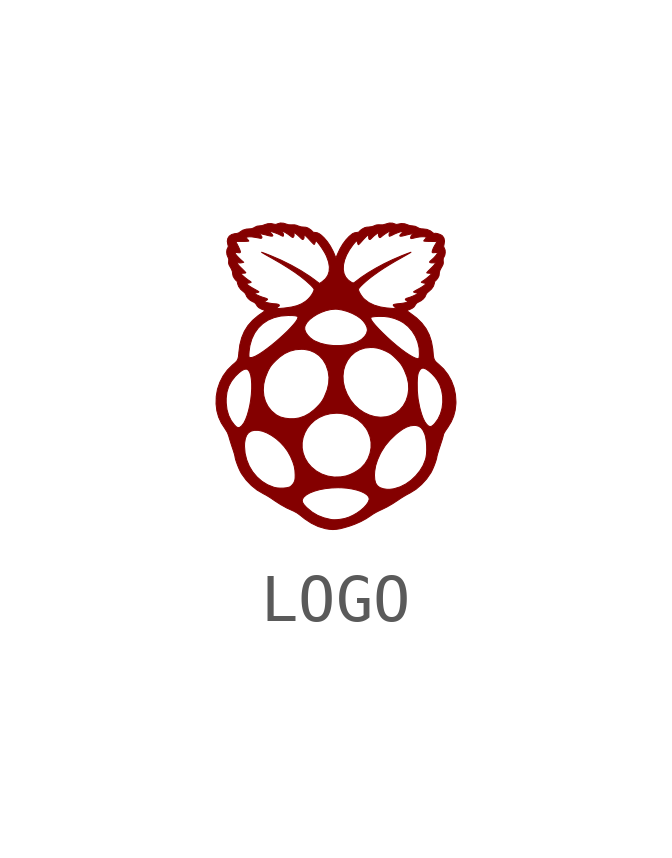
<source format=kicad_sym>
(kicad_symbol_lib
  (version 20210619)
  (generator bitmap2component)
  (symbol "LOGO"
    (pin_names
      (offset 1.016))
    (property "Reference" "#G"
      (at 0 2.557 0)
      (effects (font (size 1.27 1.27)) hide))
    (symbol "LOGO_0_0"
      (polyline (pts (xy 0.016 -3.186) (xy 0.097 -3.173) (xy 0.189 -3.149) (xy 0.299 -3.116) (xy 0.398 -3.08) (xy 0.522 -3.026) (xy 0.634 -2.965) (xy 0.73 -2.902) (xy 0.732 -2.9) (xy 0.789 -2.862) (xy 0.856 -2.824) (xy 0.916 -2.794) (xy 0.952 -2.778) (xy 1.068 -2.721) (xy 1.184 -2.654) (xy 1.309 -2.572) (xy 1.345 -2.547) (xy 1.409 -2.507) (xy 1.47 -2.471) (xy 1.522 -2.443) (xy 1.544 -2.432) (xy 1.671 -2.353) (xy 1.788 -2.253) (xy 1.893 -2.138) (xy 1.981 -2.011) (xy 1.993 -1.989) (xy 2.018 -1.937) (xy 2.044 -1.877) (xy 2.068 -1.814) (xy 2.088 -1.755) (xy 2.102 -1.706) (xy 2.107 -1.674) (xy 2.11 -1.661) (xy 2.119 -1.626) (xy 2.134 -1.576) (xy 2.153 -1.514) (xy 2.176 -1.445) (xy 2.193 -1.392) (xy 2.214 -1.328) (xy 2.23 -1.274) (xy 2.24 -1.235) (xy 2.244 -1.216) (xy 2.245 -1.21) (xy 2.257 -1.184) (xy 2.279 -1.146) (xy 2.308 -1.103) (xy 2.334 -1.066) (xy 2.406 -0.948) (xy 2.456 -0.83) (xy 2.488 -0.707) (xy 2.503 -0.573) (xy 2.504 -0.536) (xy 2.494 -0.384) (xy 2.463 -0.236) (xy 2.41 -0.095) (xy 2.337 0.035) (xy 2.247 0.152) (xy 2.139 0.253) (xy 2.122 0.267) (xy 2.085 0.301) (xy 2.06 0.334) (xy 2.044 0.373) (xy 2.034 0.424) (xy 2.028 0.493) (xy 2.022 0.565) (xy 1.994 0.721) (xy 1.948 0.862) (xy 1.882 0.99) (xy 1.794 1.107) (xy 1.685 1.214) (xy 1.553 1.313) (xy 1.536 1.325) (xy 1.503 1.349) (xy 1.485 1.365) (xy 1.484 1.372) (xy 1.497 1.374) (xy 1.529 1.385) (xy 1.567 1.402) (xy 1.595 1.416) (xy 1.632 1.444) (xy 1.657 1.481) (xy 1.667 1.498) (xy 1.695 1.529) (xy 1.738 1.551) (xy 1.776 1.571) (xy 1.823 1.608) (xy 1.859 1.651) (xy 1.878 1.694) (xy 1.88 1.699) (xy 1.899 1.73) (xy 1.932 1.76) (xy 1.939 1.765) (xy 1.995 1.816) (xy 2.035 1.874) (xy 2.054 1.932) (xy 2.056 1.944) (xy 2.063 1.972) (xy 2.071 1.983) (xy 2.078 1.986) (xy 2.096 2.005) (xy 2.12 2.034) (xy 2.128 2.046) (xy 2.151 2.091) (xy 2.157 2.139) (xy 2.159 2.165) (xy 2.173 2.211) (xy 2.202 2.265) (xy 2.221 2.298) (xy 2.236 2.331) (xy 2.241 2.36) (xy 2.239 2.394) (xy 2.237 2.415) (xy 2.24 2.454) (xy 2.257 2.488) (xy 2.273 2.523) (xy 2.281 2.575) (xy 2.278 2.626) (xy 2.262 2.667) (xy 2.262 2.667) (xy 2.25 2.689) (xy 2.249 2.713) (xy 2.257 2.75) (xy 2.266 2.814) (xy 2.255 2.873) (xy 2.223 2.921) (xy 2.199 2.938) (xy 2.16 2.956) (xy 2.117 2.97) (xy 2.08 2.976) (xy 2.056 2.973) (xy 2.053 2.972) (xy 2.034 2.978) (xy 2.01 2.997) (xy 1.971 3.027) (xy 1.899 3.057) (xy 1.815 3.067) (xy 1.785 3.068) (xy 1.741 3.078) (xy 1.701 3.099) (xy 1.656 3.121) (xy 1.597 3.13) (xy 1.594 3.13) (xy 1.54 3.137) (xy 1.49 3.155) (xy 1.439 3.173) (xy 1.368 3.179) (xy 1.3 3.166) (xy 1.293 3.164) (xy 1.259 3.16) (xy 1.224 3.173) (xy 1.184 3.187) (xy 1.117 3.189) (xy 1.045 3.169) (xy 1.039 3.167) (xy 0.985 3.152) (xy 0.922 3.152) (xy 0.886 3.153) (xy 0.843 3.148) (xy 0.801 3.131) (xy 0.758 3.115) (xy 0.682 3.105) (xy 0.647 3.103) (xy 0.603 3.092) (xy 0.557 3.067) (xy 0.533 3.051) (xy 0.505 3.028) (xy 0.491 3.011) (xy 0.475 2.998) (xy 0.438 2.993) (xy 0.438 2.993) (xy 0.395 2.986) (xy 0.355 2.97) (xy 0.346 2.964) (xy 0.28 2.91) (xy 0.213 2.838) (xy 0.149 2.752) (xy 0.092 2.656) (xy 0.045 2.557) (xy 0.005 2.461) (xy -0.03 2.549) (xy -0.055 2.605) (xy -0.11 2.708) (xy -0.173 2.802) (xy -0.239 2.88) (xy -0.241 2.882) (xy -0.296 2.934) (xy -0.343 2.968) (xy -0.385 2.987) (xy -0.427 2.993) (xy -0.464 2.997) (xy -0.482 3.011) (xy -0.489 3.021) (xy -0.512 3.043) (xy -0.546 3.067) (xy -0.579 3.087) (xy -0.62 3.101) (xy -0.67 3.105) (xy -0.72 3.109) (xy -0.788 3.131) (xy -0.816 3.143) (xy -0.857 3.152) (xy -0.909 3.152) (xy -0.917 3.151) (xy -0.978 3.153) (xy -1.033 3.169) (xy -1.082 3.185) (xy -1.15 3.19) (xy -1.211 3.173) (xy -1.218 3.169) (xy -1.252 3.16) (xy -1.287 3.166) (xy -1.342 3.178) (xy -1.413 3.175) (xy -1.478 3.155) (xy -1.48 3.154) (xy -1.531 3.136) (xy -1.585 3.13) (xy -1.636 3.124) (xy -1.688 3.099) (xy -1.71 3.086) (xy -1.751 3.071) (xy -1.803 3.067) (xy -1.858 3.063) (xy -1.934 3.04) (xy -1.995 3) (xy -2.022 2.982) (xy -2.068 2.97) (xy -2.099 2.968) (xy -2.165 2.95) (xy -2.215 2.916) (xy -2.245 2.869) (xy -2.256 2.811) (xy -2.245 2.744) (xy -2.236 2.714) (xy -2.237 2.69) (xy -2.249 2.667) (xy -2.263 2.635) (xy -2.269 2.585) (xy -2.267 2.572) (xy -2.095 2.572) (xy -2.092 2.574) (xy -2.072 2.576) (xy -2.039 2.573) (xy -2.024 2.571) (xy -1.997 2.57) (xy -1.985 2.576) (xy -1.983 2.591) (xy -1.983 2.596) (xy -1.992 2.624) (xy -2.009 2.665) (xy -2.031 2.711) (xy -2.08 2.806) (xy -1.944 2.806) (xy -1.897 2.806) (xy -1.851 2.808) (xy -1.82 2.811) (xy -1.808 2.814) (xy -1.808 2.816) (xy -1.819 2.833) (xy -1.841 2.857) (xy -1.873 2.891) (xy -1.825 2.9) (xy -1.798 2.903) (xy -1.746 2.901) (xy -1.69 2.893) (xy -1.642 2.885) (xy -1.598 2.877) (xy -1.568 2.871) (xy -1.547 2.871) (xy -1.534 2.884) (xy -1.538 2.908) (xy -1.562 2.94) (xy -1.59 2.97) (xy -1.54 2.961) (xy -1.51 2.954) (xy -1.46 2.943) (xy -1.409 2.929) (xy -1.354 2.917) (xy -1.32 2.916) (xy -1.307 2.926) (xy -1.317 2.948) (xy -1.348 2.981) (xy -1.359 2.992) (xy -1.374 3.01) (xy -1.374 3.018) (xy -1.363 3.016) (xy -1.327 3.007) (xy -1.281 2.992) (xy -1.231 2.974) (xy -1.185 2.955) (xy -1.151 2.938) (xy -1.133 2.928) (xy -1.106 2.916) (xy -1.092 2.915) (xy -1.09 2.917) (xy -1.085 2.94) (xy -1.09 2.97) (xy -1.103 2.993) (xy -1.114 3.003) (xy -1.122 3.019) (xy -1.121 3.022) (xy -1.105 3.02) (xy -1.075 3.006) (xy -1.037 2.985) (xy -0.995 2.958) (xy -0.954 2.928) (xy -0.95 2.925) (xy -0.918 2.9) (xy -0.898 2.889) (xy -0.886 2.89) (xy -0.876 2.901) (xy -0.866 2.923) (xy -0.866 2.959) (xy -0.869 2.978) (xy -0.864 2.987) (xy -0.846 2.979) (xy -0.845 2.978) (xy -0.822 2.962) (xy -0.789 2.934) (xy -0.752 2.9) (xy -0.729 2.877) (xy -0.703 2.854) (xy -0.687 2.845) (xy -0.677 2.848) (xy -0.667 2.86) (xy -0.658 2.878) (xy -0.657 2.915) (xy -0.66 2.929) (xy -0.657 2.939) (xy -0.64 2.933) (xy -0.633 2.928) (xy -0.608 2.905) (xy -0.575 2.872) (xy -0.538 2.832) (xy -0.518 2.81) (xy -0.485 2.776) (xy -0.461 2.752) (xy -0.448 2.743) (xy -0.447 2.743) (xy -0.437 2.755) (xy -0.428 2.781) (xy -0.428 2.781) (xy -0.42 2.807) (xy -0.411 2.818) (xy -0.408 2.817) (xy -0.39 2.803) (xy -0.364 2.772) (xy -0.332 2.73) (xy -0.296 2.68) (xy -0.262 2.627) (xy -0.23 2.575) (xy -0.205 2.528) (xy -0.188 2.491) (xy -0.148 2.379) (xy -0.131 2.276) (xy -0.134 2.224) (xy 0.159 2.224) (xy 0.163 2.317) (xy 0.186 2.418) (xy 0.227 2.523) (xy 0.287 2.631) (xy 0.364 2.74) (xy 0.372 2.75) (xy 0.402 2.785) (xy 0.424 2.809) (xy 0.436 2.818) (xy 0.437 2.818) (xy 0.446 2.807) (xy 0.455 2.781) (xy 0.463 2.753) (xy 0.472 2.738) (xy 0.475 2.739) (xy 0.491 2.751) (xy 0.517 2.778) (xy 0.549 2.814) (xy 0.557 2.824) (xy 0.594 2.864) (xy 0.627 2.898) (xy 0.651 2.92) (xy 0.686 2.945) (xy 0.686 2.902) (xy 0.689 2.865) (xy 0.701 2.846) (xy 0.722 2.849) (xy 0.751 2.876) (xy 0.763 2.889) (xy 0.802 2.925) (xy 0.843 2.956) (xy 0.897 2.994) (xy 0.891 2.959) (xy 0.89 2.933) (xy 0.902 2.9) (xy 0.912 2.888) (xy 0.923 2.885) (xy 0.941 2.895) (xy 0.971 2.92) (xy 1.001 2.943) (xy 1.04 2.97) (xy 1.079 2.994) (xy 1.113 3.012) (xy 1.138 3.022) (xy 1.147 3.02) (xy 1.144 3.011) (xy 1.129 2.993) (xy 1.127 2.991) (xy 1.113 2.967) (xy 1.11 2.937) (xy 1.117 2.914) (xy 1.127 2.915) (xy 1.154 2.925) (xy 1.189 2.942) (xy 1.226 2.961) (xy 1.275 2.981) (xy 1.327 3) (xy 1.371 3.013) (xy 1.401 3.018) (xy 1.403 3.016) (xy 1.395 3.002) (xy 1.374 2.979) (xy 1.373 2.977) (xy 1.343 2.944) (xy 1.334 2.923) (xy 1.345 2.914) (xy 1.379 2.916) (xy 1.434 2.929) (xy 1.475 2.94) (xy 1.526 2.952) (xy 1.565 2.961) (xy 1.615 2.97) (xy 1.587 2.94) (xy 1.57 2.918) (xy 1.559 2.888) (xy 1.565 2.866) (xy 1.565 2.866) (xy 1.58 2.866) (xy 1.613 2.872) (xy 1.655 2.882) (xy 1.688 2.89) (xy 1.75 2.9) (xy 1.806 2.904) (xy 1.852 2.903) (xy 1.88 2.895) (xy 1.884 2.892) (xy 1.884 2.878) (xy 1.864 2.856) (xy 1.861 2.853) (xy 1.841 2.831) (xy 1.833 2.816) (xy 1.842 2.812) (xy 1.871 2.809) (xy 1.915 2.807) (xy 1.97 2.806) (xy 2.018 2.805) (xy 2.064 2.804) (xy 2.096 2.801) (xy 2.107 2.798) (xy 2.107 2.797) (xy 2.099 2.781) (xy 2.082 2.755) (xy 2.078 2.749) (xy 2.053 2.707) (xy 2.03 2.661) (xy 2.014 2.619) (xy 2.008 2.589) (xy 2.008 2.584) (xy 2.013 2.573) (xy 2.029 2.57) (xy 2.064 2.573) (xy 2.081 2.575) (xy 2.109 2.576) (xy 2.12 2.573) (xy 2.119 2.569) (xy 2.107 2.542) (xy 2.081 2.507) (xy 2.046 2.468) (xy 2.007 2.432) (xy 1.976 2.405) (xy 1.958 2.386) (xy 1.955 2.374) (xy 1.964 2.366) (xy 1.968 2.364) (xy 1.997 2.359) (xy 2.034 2.36) (xy 2.045 2.362) (xy 2.069 2.363) (xy 2.075 2.357) (xy 2.068 2.34) (xy 2.064 2.334) (xy 2.044 2.309) (xy 2.012 2.275) (xy 1.974 2.238) (xy 1.959 2.223) (xy 1.926 2.19) (xy 1.904 2.166) (xy 1.895 2.154) (xy 1.897 2.152) (xy 1.914 2.147) (xy 1.945 2.145) (xy 1.956 2.144) (xy 1.984 2.141) (xy 1.995 2.134) (xy 1.995 2.133) (xy 1.984 2.119) (xy 1.958 2.094) (xy 1.924 2.065) (xy 1.886 2.034) (xy 1.849 2.006) (xy 1.819 1.986) (xy 1.816 1.984) (xy 1.793 1.968) (xy 1.783 1.957) (xy 1.785 1.954) (xy 1.804 1.947) (xy 1.836 1.94) (xy 1.889 1.931) (xy 1.845 1.894) (xy 1.843 1.892) (xy 1.808 1.867) (xy 1.761 1.838) (xy 1.712 1.811) (xy 1.698 1.804) (xy 1.659 1.782) (xy 1.631 1.765) (xy 1.621 1.756) (xy 1.623 1.753) (xy 1.642 1.744) (xy 1.674 1.736) (xy 1.727 1.725) (xy 1.647 1.686) (xy 1.605 1.667) (xy 1.551 1.646) (xy 1.507 1.632) (xy 1.472 1.621) (xy 1.45 1.605) (xy 1.453 1.589) (xy 1.481 1.571) (xy 1.515 1.555) (xy 1.478 1.539) (xy 1.453 1.531) (xy 1.408 1.522) (xy 1.359 1.515) (xy 1.347 1.514) (xy 1.279 1.507) (xy 1.233 1.5) (xy 1.206 1.492) (xy 1.197 1.481) (xy 1.203 1.468) (xy 1.222 1.45) (xy 1.238 1.433) (xy 1.247 1.419) (xy 1.246 1.417) (xy 1.231 1.412) (xy 1.196 1.411) (xy 1.139 1.415) (xy 1.058 1.422) (xy 0.932 1.442) (xy 0.802 1.48) (xy 0.69 1.534) (xy 0.598 1.605) (xy 0.571 1.632) (xy 0.535 1.679) (xy 0.504 1.729) (xy 0.482 1.774) (xy 0.474 1.809) (xy 0.476 1.816) (xy 0.493 1.841) (xy 0.525 1.876) (xy 0.57 1.92) (xy 0.623 1.968) (xy 0.682 2.018) (xy 0.743 2.066) (xy 0.801 2.109) (xy 0.902 2.181) (xy 1.006 2.25) (xy 1.12 2.321) (xy 1.246 2.396) (xy 1.39 2.477) (xy 1.441 2.506) (xy 1.494 2.536) (xy 1.535 2.56) (xy 1.56 2.575) (xy 1.567 2.581) (xy 1.562 2.58) (xy 1.538 2.571) (xy 1.496 2.556) (xy 1.442 2.535) (xy 1.38 2.511) (xy 1.359 2.502) (xy 1.182 2.426) (xy 1.007 2.342) (xy 0.838 2.251) (xy 0.679 2.157) (xy 0.536 2.062) (xy 0.413 1.969) (xy 0.4 1.959) (xy 0.377 1.944) (xy 0.358 1.942) (xy 0.335 1.952) (xy 0.327 1.957) (xy 0.292 1.98) (xy 0.257 2.008) (xy 0.208 2.065) (xy 0.174 2.139) (xy 0.159 2.224) (xy -0.134 2.224) (xy -0.136 2.183) (xy -0.163 2.1) (xy -0.213 2.027) (xy -0.284 1.966) (xy -0.337 1.931) (xy -0.452 2.018) (xy -0.541 2.082) (xy -0.725 2.2) (xy -0.926 2.313) (xy -1.138 2.418) (xy -1.355 2.511) (xy -1.388 2.524) (xy -1.446 2.547) (xy -1.494 2.565) (xy -1.528 2.577) (xy -1.542 2.581) (xy -1.538 2.577) (xy -1.515 2.563) (xy -1.477 2.54) (xy -1.426 2.511) (xy -1.365 2.477) (xy -1.318 2.451) (xy -1.141 2.349) (xy -0.985 2.252) (xy -0.847 2.161) (xy -0.725 2.072) (xy -0.617 1.985) (xy -0.521 1.897) (xy -0.512 1.888) (xy -0.48 1.854) (xy -0.457 1.825) (xy -0.449 1.808) (xy -0.454 1.783) (xy -0.473 1.739) (xy -0.503 1.689) (xy -0.54 1.641) (xy -0.58 1.599) (xy -0.628 1.559) (xy -0.71 1.508) (xy -0.805 1.469) (xy -0.917 1.441) (xy -1.049 1.422) (xy -1.082 1.418) (xy -1.142 1.413) (xy -1.183 1.41) (xy -1.207 1.411) (xy -1.219 1.414) (xy -1.222 1.421) (xy -1.217 1.431) (xy -1.197 1.446) (xy -1.176 1.462) (xy -1.171 1.48) (xy -1.189 1.495) (xy -1.225 1.505) (xy -1.278 1.509) (xy -1.294 1.51) (xy -1.335 1.515) (xy -1.382 1.523) (xy -1.426 1.532) (xy -1.461 1.542) (xy -1.479 1.55) (xy -1.48 1.551) (xy -1.47 1.562) (xy -1.446 1.577) (xy -1.429 1.587) (xy -1.417 1.6) (xy -1.424 1.611) (xy -1.452 1.624) (xy -1.502 1.639) (xy -1.533 1.649) (xy -1.59 1.671) (xy -1.639 1.693) (xy -1.702 1.725) (xy -1.649 1.736) (xy -1.635 1.74) (xy -1.607 1.748) (xy -1.596 1.756) (xy -1.598 1.758) (xy -1.615 1.771) (xy -1.647 1.79) (xy -1.69 1.814) (xy -1.699 1.819) (xy -1.749 1.847) (xy -1.793 1.875) (xy -1.824 1.897) (xy -1.864 1.931) (xy -1.811 1.94) (xy -1.797 1.942) (xy -1.769 1.95) (xy -1.758 1.957) (xy -1.758 1.957) (xy -1.769 1.969) (xy -1.794 1.986) (xy -1.796 1.987) (xy -1.828 2.009) (xy -1.865 2.037) (xy -1.903 2.068) (xy -1.937 2.098) (xy -1.961 2.121) (xy -1.97 2.134) (xy -1.969 2.136) (xy -1.952 2.142) (xy -1.92 2.145) (xy -1.909 2.145) (xy -1.881 2.148) (xy -1.87 2.155) (xy -1.872 2.158) (xy -1.887 2.176) (xy -1.914 2.204) (xy -1.949 2.239) (xy -1.962 2.251) (xy -1.999 2.288) (xy -2.027 2.32) (xy -2.043 2.341) (xy -2.051 2.359) (xy -2.046 2.365) (xy -2.021 2.361) (xy -1.988 2.358) (xy -1.949 2.363) (xy -1.914 2.372) (xy -1.982 2.433) (xy -2.023 2.473) (xy -2.061 2.514) (xy -2.086 2.548) (xy -2.095 2.572) (xy -2.267 2.572) (xy -2.263 2.531) (xy -2.245 2.485) (xy -2.241 2.478) (xy -2.226 2.438) (xy -2.227 2.391) (xy -2.229 2.369) (xy -2.226 2.339) (xy -2.214 2.308) (xy -2.189 2.265) (xy -2.17 2.23) (xy -2.151 2.183) (xy -2.145 2.139) (xy -2.144 2.127) (xy -2.134 2.081) (xy -2.107 2.034) (xy -2.093 2.016) (xy -2.072 1.992) (xy -2.059 1.983) (xy -2.056 1.981) (xy -2.048 1.964) (xy -2.042 1.932) (xy -2.041 1.926) (xy -2.019 1.868) (xy -1.978 1.81) (xy -1.92 1.76) (xy -1.913 1.755) (xy -1.882 1.724) (xy -1.866 1.694) (xy -1.853 1.661) (xy -1.82 1.617) (xy -1.776 1.579) (xy -1.726 1.551) (xy -1.706 1.543) (xy -1.67 1.518) (xy -1.645 1.481) (xy -1.632 1.46) (xy -1.602 1.429) (xy -1.555 1.402) (xy -1.527 1.39) (xy -1.492 1.377) (xy -1.472 1.372) (xy -1.471 1.368) (xy -1.486 1.353) (xy -1.516 1.33) (xy -1.558 1.301) (xy -1.613 1.262) (xy -1.73 1.163) (xy -1.826 1.054) (xy -1.901 0.934) (xy -1.957 0.801) (xy -1.995 0.652) (xy -2.016 0.486) (xy -2.016 0.475) (xy -2.022 0.426) (xy -1.806 0.426) (xy -1.805 0.465) (xy -1.802 0.513) (xy -1.785 0.636) (xy -1.745 0.775) (xy -1.686 0.899) (xy -1.609 1.006) (xy -1.515 1.096) (xy -1.406 1.168) (xy -1.281 1.22) (xy -1.143 1.253) (xy -0.991 1.264) (xy -0.977 1.264) (xy -0.901 1.263) (xy -0.847 1.259) (xy -0.811 1.252) (xy -0.791 1.24) (xy -0.786 1.225) (xy -0.786 1.219) (xy -0.8 1.182) (xy -0.831 1.134) (xy -0.878 1.076) (xy -0.926 1.023) (xy -0.644 1.023) (xy -0.632 1.059) (xy -0.596 1.121) (xy -0.54 1.181) (xy -0.468 1.237) (xy -0.385 1.289) (xy -0.294 1.332) (xy -0.199 1.366) (xy -0.102 1.388) (xy -0.009 1.396) (xy 0.029 1.395) (xy 0.133 1.379) (xy 0.241 1.349) (xy 0.349 1.306) (xy 0.446 1.254) (xy 0.515 1.205) (xy 0.73 1.205) (xy 0.735 1.226) (xy 0.742 1.23) (xy 0.774 1.236) (xy 0.825 1.242) (xy 0.892 1.245) (xy 1.008 1.244) (xy 1.119 1.23) (xy 1.224 1.202) (xy 1.331 1.158) (xy 1.409 1.114) (xy 1.508 1.035) (xy 1.591 0.94) (xy 1.659 0.831) (xy 1.708 0.712) (xy 1.737 0.586) (xy 1.743 0.457) (xy 1.742 0.439) (xy 1.738 0.396) (xy 1.731 0.373) (xy 1.721 0.366) (xy 1.707 0.365) (xy 1.662 0.377) (xy 1.603 0.404) (xy 1.532 0.446) (xy 1.45 0.5) (xy 1.361 0.566) (xy 1.267 0.641) (xy 1.169 0.725) (xy 1.07 0.815) (xy 0.971 0.91) (xy 0.899 0.983) (xy 0.828 1.06) (xy 0.776 1.123) (xy 0.743 1.171) (xy 0.73 1.205) (xy 0.515 1.205) (xy 0.527 1.196) (xy 0.578 1.144) (xy 0.622 1.083) (xy 0.65 1.022) (xy 0.661 0.966) (xy 0.66 0.953) (xy 0.643 0.889) (xy 0.603 0.828) (xy 0.543 0.771) (xy 0.521 0.756) (xy 0.443 0.712) (xy 0.351 0.679) (xy 0.24 0.654) (xy 0.237 0.654) (xy 0.095 0.638) (xy -0.048 0.639) (xy -0.187 0.655) (xy -0.315 0.686) (xy -0.428 0.732) (xy -0.462 0.75) (xy -0.527 0.798) (xy -0.581 0.854) (xy -0.621 0.912) (xy -0.643 0.97) (xy -0.644 1.023) (xy -0.926 1.023) (xy -0.937 1.011) (xy -1.006 0.939) (xy -1.084 0.865) (xy -1.168 0.789) (xy -1.255 0.713) (xy -1.343 0.641) (xy -1.43 0.574) (xy -1.514 0.513) (xy -1.591 0.462) (xy -1.661 0.423) (xy -1.69 0.409) (xy -1.742 0.391) (xy -1.781 0.388) (xy -1.803 0.4) (xy -1.804 0.403) (xy -1.806 0.426) (xy -2.022 0.426) (xy -2.023 0.41) (xy -2.035 0.362) (xy -2.053 0.324) (xy -2.083 0.29) (xy -2.126 0.253) (xy -2.15 0.233) (xy -2.255 0.128) (xy -2.343 0.007) (xy -2.411 -0.126) (xy -2.46 -0.269) (xy -2.486 -0.419) (xy -2.487 -0.459) (xy -2.278 -0.459) (xy -2.262 -0.328) (xy -2.226 -0.21) (xy -2.168 -0.102) (xy -2.089 -0.002) (xy -2.082 0.005) (xy -2.01 0.074) (xy -1.948 0.121) (xy -1.894 0.146) (xy -1.851 0.148) (xy -1.817 0.127) (xy -1.79 0.085) (xy -1.768 0.02) (xy -1.755 -0.063) (xy -1.748 -0.159) (xy -1.748 -0.264) (xy -1.75 -0.29) (xy -1.506 -0.29) (xy -1.497 -0.164) (xy -1.466 -0.033) (xy -1.413 0.099) (xy -1.397 0.131) (xy -1.369 0.182) (xy -1.339 0.226) (xy -1.3 0.271) (xy -1.248 0.324) (xy -1.166 0.399) (xy -1.061 0.472) (xy -0.952 0.522) (xy -0.837 0.552) (xy -0.712 0.561) (xy -0.658 0.559) (xy -0.542 0.538) (xy -0.438 0.494) (xy -0.346 0.431) (xy -0.268 0.347) (xy -0.206 0.245) (xy -0.199 0.228) (xy -0.157 0.105) (xy -0.143 0.006) (xy 0.153 0.006) (xy 0.168 0.131) (xy 0.197 0.228) (xy 0.249 0.334) (xy 0.318 0.424) (xy 0.402 0.498) (xy 0.5 0.552) (xy 0.608 0.587) (xy 0.726 0.598) (xy 0.785 0.597) (xy 0.87 0.585) (xy 0.954 0.56) (xy 1.047 0.521) (xy 1.062 0.513) (xy 1.114 0.486) (xy 1.159 0.455) (xy 1.205 0.416) (xy 1.26 0.363) (xy 1.282 0.34) (xy 1.329 0.29) (xy 1.364 0.244) (xy 1.394 0.196) (xy 1.424 0.137) (xy 1.43 0.125) (xy 1.484 -0.011) (xy 1.512 -0.135) (xy 1.698 -0.135) (xy 1.7 -0.078) (xy 1.704 -0.019) (xy 1.71 0.025) (xy 1.718 0.06) (xy 1.73 0.09) (xy 1.73 0.091) (xy 1.759 0.14) (xy 1.791 0.166) (xy 1.829 0.169) (xy 1.876 0.151) (xy 1.891 0.143) (xy 1.948 0.101) (xy 2.008 0.047) (xy 2.065 -0.015) (xy 2.112 -0.077) (xy 2.167 -0.177) (xy 2.206 -0.294) (xy 2.227 -0.417) (xy 2.229 -0.542) (xy 2.214 -0.665) (xy 2.181 -0.783) (xy 2.13 -0.891) (xy 2.062 -0.984) (xy 2.039 -1.008) (xy 2 -1.039) (xy 1.965 -1.048) (xy 1.931 -1.035) (xy 1.895 -1.001) (xy 1.893 -0.999) (xy 1.855 -0.945) (xy 1.821 -0.876) (xy 1.789 -0.789) (xy 1.758 -0.68) (xy 1.748 -0.64) (xy 1.716 -0.472) (xy 1.7 -0.307) (xy 1.698 -0.135) (xy 1.512 -0.135) (xy 1.514 -0.143) (xy 1.52 -0.271) (xy 1.502 -0.396) (xy 1.463 -0.514) (xy 1.405 -0.617) (xy 1.33 -0.704) (xy 1.239 -0.772) (xy 1.134 -0.822) (xy 1.052 -0.843) (xy 0.936 -0.853) (xy 0.819 -0.841) (xy 0.704 -0.808) (xy 0.592 -0.756) (xy 0.488 -0.686) (xy 0.393 -0.599) (xy 0.311 -0.497) (xy 0.243 -0.381) (xy 0.24 -0.375) (xy 0.188 -0.244) (xy 0.159 -0.118) (xy 0.153 0.006) (xy -0.143 0.006) (xy -0.139 -0.021) (xy -0.146 -0.15) (xy -0.177 -0.284) (xy -0.233 -0.423) (xy -0.247 -0.453) (xy -0.276 -0.504) (xy -0.307 -0.549) (xy -0.345 -0.594) (xy -0.397 -0.648) (xy -0.449 -0.697) (xy -0.547 -0.773) (xy -0.648 -0.829) (xy -0.755 -0.866) (xy -0.762 -0.868) (xy -0.857 -0.883) (xy -0.958 -0.884) (xy -1.056 -0.872) (xy -1.146 -0.849) (xy -1.22 -0.813) (xy -1.242 -0.799) (xy -1.335 -0.721) (xy -1.408 -0.628) (xy -1.461 -0.525) (xy -1.494 -0.411) (xy -1.506 -0.29) (xy -1.75 -0.29) (xy -1.755 -0.375) (xy -1.768 -0.489) (xy -1.787 -0.602) (xy -1.812 -0.711) (xy -1.841 -0.811) (xy -1.874 -0.899) (xy -1.911 -0.973) (xy -1.953 -1.028) (xy -1.966 -1.04) (xy -2.001 -1.066) (xy -2.034 -1.07) (xy -2.067 -1.053) (xy -2.107 -1.013) (xy -2.173 -0.925) (xy -2.227 -0.816) (xy -2.262 -0.693) (xy -2.278 -0.555) (xy -2.278 -0.459) (xy -2.487 -0.459) (xy -2.49 -0.573) (xy -2.49 -0.577) (xy -2.473 -0.719) (xy -2.437 -0.849) (xy -2.38 -0.973) (xy -2.3 -1.096) (xy -2.254 -1.17) (xy -2.225 -1.246) (xy -2.224 -1.251) (xy -2.212 -1.293) (xy -2.195 -1.35) (xy -2.174 -1.416) (xy -2.16 -1.459) (xy -1.897 -1.459) (xy -1.895 -1.39) (xy -1.88 -1.299) (xy -1.853 -1.228) (xy -1.813 -1.176) (xy -1.758 -1.142) (xy -1.694 -1.126) (xy -1.61 -1.126) (xy -1.52 -1.145) (xy -1.427 -1.182) (xy -1.333 -1.234) (xy -1.24 -1.299) (xy -1.152 -1.377) (xy -1.071 -1.465) (xy -1.051 -1.492) (xy -0.697 -1.492) (xy -0.697 -1.384) (xy -0.678 -1.278) (xy -0.641 -1.177) (xy -0.589 -1.082) (xy -0.52 -0.996) (xy -0.438 -0.92) (xy -0.341 -0.858) (xy -0.232 -0.81) (xy -0.112 -0.78) (xy 0.019 -0.769) (xy 0.1 -0.773) (xy 0.231 -0.797) (xy 0.353 -0.842) (xy 0.463 -0.907) (xy 0.559 -0.99) (xy 0.638 -1.09) (xy 0.669 -1.144) (xy 0.714 -1.256) (xy 0.736 -1.372) (xy 0.736 -1.49) (xy 0.714 -1.606) (xy 0.672 -1.717) (xy 0.61 -1.819) (xy 0.527 -1.909) (xy 0.469 -1.954) (xy 0.387 -2.005) (xy 0.299 -2.047) (xy 0.263 -2.059) (xy 0.808 -2.059) (xy 0.813 -1.976) (xy 0.833 -1.861) (xy 0.871 -1.742) (xy 0.928 -1.615) (xy 0.954 -1.567) (xy 1.034 -1.442) (xy 1.132 -1.326) (xy 1.251 -1.212) (xy 1.303 -1.169) (xy 1.394 -1.103) (xy 1.477 -1.058) (xy 1.555 -1.032) (xy 1.631 -1.023) (xy 1.671 -1.025) (xy 1.731 -1.041) (xy 1.78 -1.075) (xy 1.82 -1.129) (xy 1.855 -1.205) (xy 1.871 -1.261) (xy 1.885 -1.345) (xy 1.893 -1.438) (xy 1.895 -1.533) (xy 1.89 -1.623) (xy 1.878 -1.699) (xy 1.867 -1.738) (xy 1.82 -1.856) (xy 1.752 -1.968) (xy 1.667 -2.072) (xy 1.569 -2.165) (xy 1.46 -2.242) (xy 1.344 -2.301) (xy 1.225 -2.338) (xy 1.2 -2.344) (xy 1.13 -2.353) (xy 1.067 -2.353) (xy 1 -2.343) (xy 0.99 -2.341) (xy 0.92 -2.317) (xy 0.869 -2.279) (xy 0.833 -2.224) (xy 0.814 -2.151) (xy 0.808 -2.059) (xy 0.263 -2.059) (xy 0.217 -2.075) (xy 0.104 -2.095) (xy -0.032 -2.098) (xy -0.164 -2.078) (xy -0.288 -2.036) (xy -0.402 -1.973) (xy -0.504 -1.889) (xy -0.576 -1.806) (xy -0.637 -1.705) (xy -0.677 -1.599) (xy -0.697 -1.492) (xy -1.051 -1.492) (xy -1 -1.561) (xy -0.942 -1.665) (xy -0.933 -1.685) (xy -0.891 -1.784) (xy -0.863 -1.873) (xy -0.848 -1.959) (xy -0.843 -2.051) (xy -0.843 -2.065) (xy -0.844 -2.119) (xy -0.849 -2.157) (xy -0.858 -2.188) (xy -0.873 -2.219) (xy -0.883 -2.235) (xy -0.915 -2.273) (xy -0.947 -2.3) (xy -0.97 -2.309) (xy -1.021 -2.321) (xy -1.085 -2.328) (xy -1.154 -2.329) (xy -1.221 -2.324) (xy -1.277 -2.313) (xy -1.29 -2.309) (xy -1.418 -2.258) (xy -1.534 -2.186) (xy -1.637 -2.096) (xy -1.726 -1.99) (xy -1.798 -1.871) (xy -1.851 -1.741) (xy -1.885 -1.603) (xy -1.897 -1.459) (xy -2.16 -1.459) (xy -2.152 -1.483) (xy -2.145 -1.503) (xy -2.125 -1.564) (xy -2.109 -1.616) (xy -2.099 -1.655) (xy -2.095 -1.675) (xy -2.093 -1.689) (xy -2.084 -1.73) (xy -2.066 -1.785) (xy -2.044 -1.846) (xy -2.019 -1.908) (xy -1.993 -1.965) (xy -1.969 -2.011) (xy -1.955 -2.034) (xy -1.864 -2.159) (xy -1.756 -2.272) (xy -1.637 -2.368) (xy -1.509 -2.443) (xy -1.508 -2.444) (xy -1.449 -2.475) (xy -1.384 -2.514) (xy -1.328 -2.551) (xy -1.283 -2.582) (xy -1.275 -2.588) (xy -0.696 -2.588) (xy -0.686 -2.551) (xy -0.66 -2.513) (xy -0.607 -2.468) (xy -0.533 -2.427) (xy -0.44 -2.391) (xy -0.333 -2.361) (xy -0.214 -2.339) (xy -0.087 -2.325) (xy 0.045 -2.32) (xy 0.121 -2.321) (xy 0.235 -2.33) (xy 0.343 -2.347) (xy 0.441 -2.37) (xy 0.526 -2.398) (xy 0.598 -2.432) (xy 0.652 -2.469) (xy 0.686 -2.508) (xy 0.698 -2.55) (xy 0.697 -2.568) (xy 0.677 -2.62) (xy 0.639 -2.676) (xy 0.585 -2.735) (xy 0.519 -2.792) (xy 0.443 -2.846) (xy 0.361 -2.893) (xy 0.277 -2.932) (xy 0.193 -2.959) (xy 0.156 -2.967) (xy 0.092 -2.978) (xy 0.026 -2.985) (xy -0.032 -2.987) (xy -0.075 -2.985) (xy -0.096 -2.982) (xy -0.243 -2.947) (xy -0.374 -2.896) (xy -0.49 -2.827) (xy -0.596 -2.739) (xy -0.614 -2.722) (xy -0.661 -2.67) (xy -0.688 -2.626) (xy -0.696 -2.588) (xy -1.275 -2.588) (xy -1.146 -2.671) (xy -1.017 -2.743) (xy -0.891 -2.8) (xy -0.879 -2.805) (xy -0.8 -2.848) (xy -0.726 -2.903) (xy -0.648 -2.966) (xy -0.507 -3.059) (xy -0.364 -3.128) (xy -0.218 -3.171) (xy -0.207 -3.174) (xy -0.131 -3.186) (xy -0.058 -3.191) (xy 0.016 -3.186)) (stroke (width 0.01)) (fill (type outline))))))
</source>
